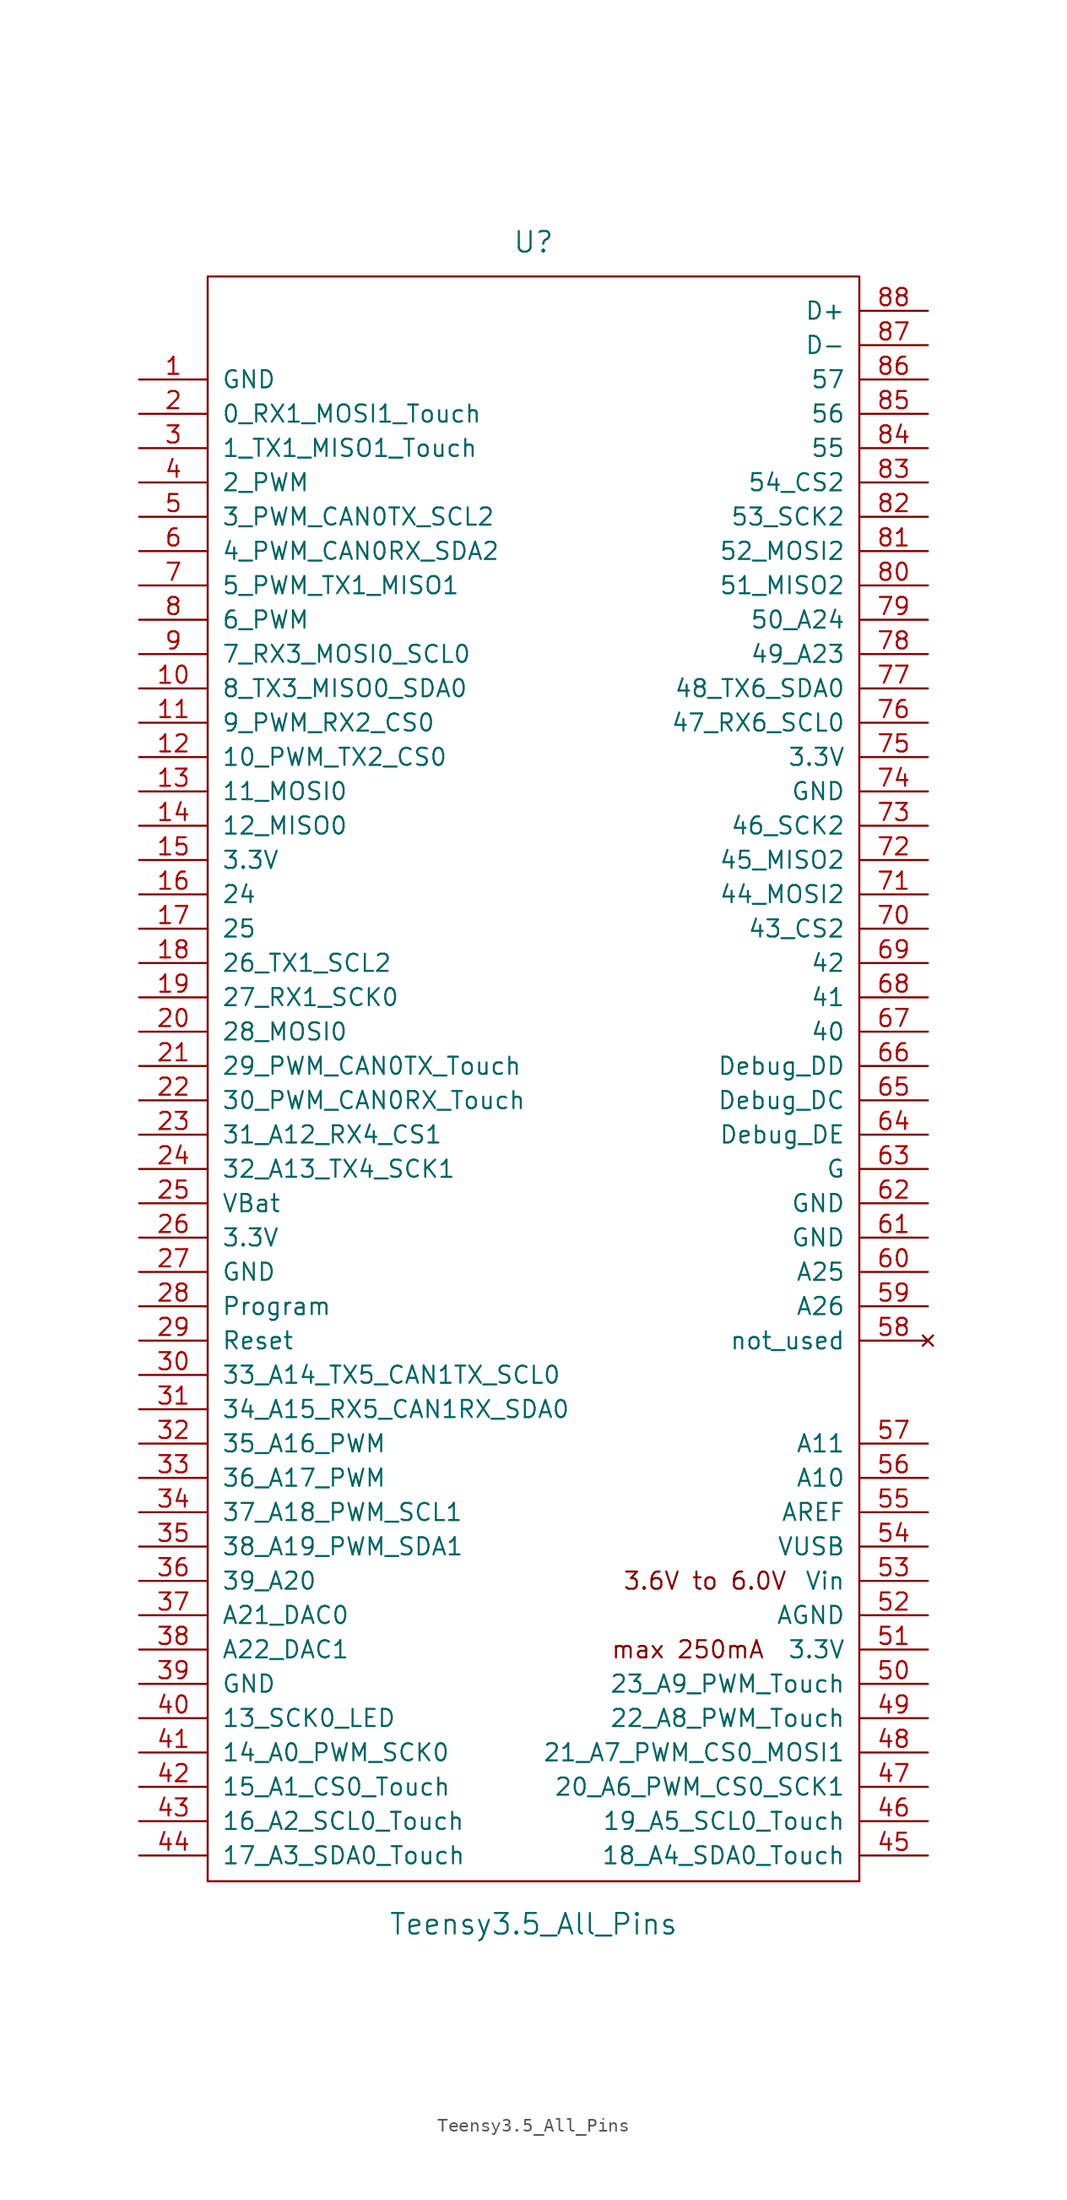
<source format=kicad_sym>
(kicad_symbol_lib
  (version 20201005)
  (generator kicad_symbol_editor)
  (symbol "teensy:Teensy3.5_All_Pins"
    (pin_names
      (offset 1.016))
    (property "Reference" "U"
      (at 0 64.77 0)
      (effects (font (size 1.524 1.524))))
    (property "Value" "Teensy3.5_All_Pins"
      (at 0 -59.69 0)
      (effects (font (size 1.524 1.524))))
    (property "Footprint" ""
      (at -2.54 62.23 0)
      (effects (font (size 1.524 1.524))))
    (symbol "Teensy3.5_All_Pins_0_0"
      (text "3.6V to 6.0V" (at 12.7 -34.29 0) (effects (font (size 1.27 1.27))))
      (text "max 250mA" (at 11.43 -39.37 0) (effects (font (size 1.27 1.27)))))
    (symbol "Teensy3.5_All_Pins_0_1"
      (rectangle (start -24.13 62.23) (end 24.13 -56.515) (stroke (width 0)) (fill (type none))))
    (symbol "Teensy3.5_All_Pins_1_1"
      (pin power_in line (at -29.21 54.61 0) (length 5.08) (name "GND" (effects (font (size 1.27 1.27)))) (number "1" (effects (font (size 1.27 1.27)))))
      (pin bidirectional line (at -29.21 31.75 0) (length 5.08) (name "8_TX3_MISO0_SDA0" (effects (font (size 1.27 1.27)))) (number "10" (effects (font (size 1.27 1.27)))))
      (pin bidirectional line (at -29.21 29.21 0) (length 5.08) (name "9_PWM_RX2_CS0" (effects (font (size 1.27 1.27)))) (number "11" (effects (font (size 1.27 1.27)))))
      (pin bidirectional line (at -29.21 26.67 0) (length 5.08) (name "10_PWM_TX2_CS0" (effects (font (size 1.27 1.27)))) (number "12" (effects (font (size 1.27 1.27)))))
      (pin bidirectional line (at -29.21 24.13 0) (length 5.08) (name "11_MOSI0" (effects (font (size 1.27 1.27)))) (number "13" (effects (font (size 1.27 1.27)))))
      (pin bidirectional line (at -29.21 21.59 0) (length 5.08) (name "12_MISO0" (effects (font (size 1.27 1.27)))) (number "14" (effects (font (size 1.27 1.27)))))
      (pin power_out line (at -29.21 19.05 0) (length 5.08) (name "3.3V" (effects (font (size 1.27 1.27)))) (number "15" (effects (font (size 1.27 1.27)))))
      (pin bidirectional line (at -29.21 16.51 0) (length 5.08) (name "24" (effects (font (size 1.27 1.27)))) (number "16" (effects (font (size 1.27 1.27)))))
      (pin bidirectional line (at -29.21 13.97 0) (length 5.08) (name "25" (effects (font (size 1.27 1.27)))) (number "17" (effects (font (size 1.27 1.27)))))
      (pin bidirectional line (at -29.21 11.43 0) (length 5.08) (name "26_TX1_SCL2" (effects (font (size 1.27 1.27)))) (number "18" (effects (font (size 1.27 1.27)))))
      (pin bidirectional line (at -29.21 8.89 0) (length 5.08) (name "27_RX1_SCK0" (effects (font (size 1.27 1.27)))) (number "19" (effects (font (size 1.27 1.27)))))
      (pin bidirectional line (at -29.21 52.07 0) (length 5.08) (name "0_RX1_MOSI1_Touch" (effects (font (size 1.27 1.27)))) (number "2" (effects (font (size 1.27 1.27)))))
      (pin bidirectional line (at -29.21 6.35 0) (length 5.08) (name "28_MOSI0" (effects (font (size 1.27 1.27)))) (number "20" (effects (font (size 1.27 1.27)))))
      (pin bidirectional line (at -29.21 3.81 0) (length 5.08) (name "29_PWM_CAN0TX_Touch" (effects (font (size 1.27 1.27)))) (number "21" (effects (font (size 1.27 1.27)))))
      (pin bidirectional line (at -29.21 1.27 0) (length 5.08) (name "30_PWM_CAN0RX_Touch" (effects (font (size 1.27 1.27)))) (number "22" (effects (font (size 1.27 1.27)))))
      (pin bidirectional line (at -29.21 -1.27 0) (length 5.08) (name "31_A12_RX4_CS1" (effects (font (size 1.27 1.27)))) (number "23" (effects (font (size 1.27 1.27)))))
      (pin bidirectional line (at -29.21 -3.81 0) (length 5.08) (name "32_A13_TX4_SCK1" (effects (font (size 1.27 1.27)))) (number "24" (effects (font (size 1.27 1.27)))))
      (pin power_in line (at -29.21 -6.35 0) (length 5.08) (name "VBat" (effects (font (size 1.27 1.27)))) (number "25" (effects (font (size 1.27 1.27)))))
      (pin power_in line (at -29.21 -8.89 0) (length 5.08) (name "3.3V" (effects (font (size 1.27 1.27)))) (number "26" (effects (font (size 1.27 1.27)))))
      (pin power_in line (at -29.21 -11.43 0) (length 5.08) (name "GND" (effects (font (size 1.27 1.27)))) (number "27" (effects (font (size 1.27 1.27)))))
      (pin input line (at -29.21 -13.97 0) (length 5.08) (name "Program" (effects (font (size 1.27 1.27)))) (number "28" (effects (font (size 1.27 1.27)))))
      (pin input line (at -29.21 -16.51 0) (length 5.08) (name "Reset" (effects (font (size 1.27 1.27)))) (number "29" (effects (font (size 1.27 1.27)))))
      (pin bidirectional line (at -29.21 49.53 0) (length 5.08) (name "1_TX1_MISO1_Touch" (effects (font (size 1.27 1.27)))) (number "3" (effects (font (size 1.27 1.27)))))
      (pin bidirectional line (at -29.21 -19.05 0) (length 5.08) (name "33_A14_TX5_CAN1TX_SCL0" (effects (font (size 1.27 1.27)))) (number "30" (effects (font (size 1.27 1.27)))))
      (pin bidirectional line (at -29.21 -21.59 0) (length 5.08) (name "34_A15_RX5_CAN1RX_SDA0" (effects (font (size 1.27 1.27)))) (number "31" (effects (font (size 1.27 1.27)))))
      (pin bidirectional line (at -29.21 -24.13 0) (length 5.08) (name "35_A16_PWM" (effects (font (size 1.27 1.27)))) (number "32" (effects (font (size 1.27 1.27)))))
      (pin bidirectional line (at -29.21 -26.67 0) (length 5.08) (name "36_A17_PWM" (effects (font (size 1.27 1.27)))) (number "33" (effects (font (size 1.27 1.27)))))
      (pin bidirectional line (at -29.21 -29.21 0) (length 5.08) (name "37_A18_PWM_SCL1" (effects (font (size 1.27 1.27)))) (number "34" (effects (font (size 1.27 1.27)))))
      (pin bidirectional line (at -29.21 -31.75 0) (length 5.08) (name "38_A19_PWM_SDA1" (effects (font (size 1.27 1.27)))) (number "35" (effects (font (size 1.27 1.27)))))
      (pin bidirectional line (at -29.21 -34.29 0) (length 5.08) (name "39_A20" (effects (font (size 1.27 1.27)))) (number "36" (effects (font (size 1.27 1.27)))))
      (pin bidirectional line (at -29.21 -36.83 0) (length 5.08) (name "A21_DAC0" (effects (font (size 1.27 1.27)))) (number "37" (effects (font (size 1.27 1.27)))))
      (pin bidirectional line (at -29.21 -39.37 0) (length 5.08) (name "A22_DAC1" (effects (font (size 1.27 1.27)))) (number "38" (effects (font (size 1.27 1.27)))))
      (pin power_in line (at -29.21 -41.91 0) (length 5.08) (name "GND" (effects (font (size 1.27 1.27)))) (number "39" (effects (font (size 1.27 1.27)))))
      (pin bidirectional line (at -29.21 46.99 0) (length 5.08) (name "2_PWM" (effects (font (size 1.27 1.27)))) (number "4" (effects (font (size 1.27 1.27)))))
      (pin bidirectional line (at -29.21 -44.45 0) (length 5.08) (name "13_SCK0_LED" (effects (font (size 1.27 1.27)))) (number "40" (effects (font (size 1.27 1.27)))))
      (pin bidirectional line (at -29.21 -46.99 0) (length 5.08) (name "14_A0_PWM_SCK0" (effects (font (size 1.27 1.27)))) (number "41" (effects (font (size 1.27 1.27)))))
      (pin bidirectional line (at -29.21 -49.53 0) (length 5.08) (name "15_A1_CS0_Touch" (effects (font (size 1.27 1.27)))) (number "42" (effects (font (size 1.27 1.27)))))
      (pin bidirectional line (at -29.21 -52.07 0) (length 5.08) (name "16_A2_SCL0_Touch" (effects (font (size 1.27 1.27)))) (number "43" (effects (font (size 1.27 1.27)))))
      (pin bidirectional line (at -29.21 -54.61 0) (length 5.08) (name "17_A3_SDA0_Touch" (effects (font (size 1.27 1.27)))) (number "44" (effects (font (size 1.27 1.27)))))
      (pin bidirectional line (at 29.21 -54.61 180) (length 5.08) (name "18_A4_SDA0_Touch" (effects (font (size 1.27 1.27)))) (number "45" (effects (font (size 1.27 1.27)))))
      (pin bidirectional line (at 29.21 -52.07 180) (length 5.08) (name "19_A5_SCL0_Touch" (effects (font (size 1.27 1.27)))) (number "46" (effects (font (size 1.27 1.27)))))
      (pin bidirectional line (at 29.21 -49.53 180) (length 5.08) (name "20_A6_PWM_CS0_SCK1" (effects (font (size 1.27 1.27)))) (number "47" (effects (font (size 1.27 1.27)))))
      (pin bidirectional line (at 29.21 -46.99 180) (length 5.08) (name "21_A7_PWM_CS0_MOSI1" (effects (font (size 1.27 1.27)))) (number "48" (effects (font (size 1.27 1.27)))))
      (pin bidirectional line (at 29.21 -44.45 180) (length 5.08) (name "22_A8_PWM_Touch" (effects (font (size 1.27 1.27)))) (number "49" (effects (font (size 1.27 1.27)))))
      (pin bidirectional line (at -29.21 44.45 0) (length 5.08) (name "3_PWM_CAN0TX_SCL2" (effects (font (size 1.27 1.27)))) (number "5" (effects (font (size 1.27 1.27)))))
      (pin bidirectional line (at 29.21 -41.91 180) (length 5.08) (name "23_A9_PWM_Touch" (effects (font (size 1.27 1.27)))) (number "50" (effects (font (size 1.27 1.27)))))
      (pin power_out line (at 29.21 -39.37 180) (length 5.08) (name "3.3V" (effects (font (size 1.27 1.27)))) (number "51" (effects (font (size 1.27 1.27)))))
      (pin power_out line (at 29.21 -36.83 180) (length 5.08) (name "AGND" (effects (font (size 1.27 1.27)))) (number "52" (effects (font (size 1.27 1.27)))))
      (pin power_in line (at 29.21 -34.29 180) (length 5.08) (name "Vin" (effects (font (size 1.27 1.27)))) (number "53" (effects (font (size 1.27 1.27)))))
      (pin power_in line (at 29.21 -31.75 180) (length 5.08) (name "VUSB" (effects (font (size 1.27 1.27)))) (number "54" (effects (font (size 1.27 1.27)))))
      (pin input line (at 29.21 -29.21 180) (length 5.08) (name "AREF" (effects (font (size 1.27 1.27)))) (number "55" (effects (font (size 1.27 1.27)))))
      (pin bidirectional line (at 29.21 -26.67 180) (length 5.08) (name "A10" (effects (font (size 1.27 1.27)))) (number "56" (effects (font (size 1.27 1.27)))))
      (pin bidirectional line (at 29.21 -24.13 180) (length 5.08) (name "A11" (effects (font (size 1.27 1.27)))) (number "57" (effects (font (size 1.27 1.27)))))
      (pin no_connect line (at 29.21 -16.51 180) (length 5.08) (name "not_used" (effects (font (size 1.27 1.27)))) (number "58" (effects (font (size 1.27 1.27)))))
      (pin bidirectional line (at 29.21 -13.97 180) (length 5.08) (name "A26" (effects (font (size 1.27 1.27)))) (number "59" (effects (font (size 1.27 1.27)))))
      (pin bidirectional line (at -29.21 41.91 0) (length 5.08) (name "4_PWM_CAN0RX_SDA2" (effects (font (size 1.27 1.27)))) (number "6" (effects (font (size 1.27 1.27)))))
      (pin bidirectional line (at 29.21 -11.43 180) (length 5.08) (name "A25" (effects (font (size 1.27 1.27)))) (number "60" (effects (font (size 1.27 1.27)))))
      (pin power_in line (at 29.21 -8.89 180) (length 5.08) (name "GND" (effects (font (size 1.27 1.27)))) (number "61" (effects (font (size 1.27 1.27)))))
      (pin power_in line (at 29.21 -6.35 180) (length 5.08) (name "GND" (effects (font (size 1.27 1.27)))) (number "62" (effects (font (size 1.27 1.27)))))
      (pin power_in line (at 29.21 -3.81 180) (length 5.08) (name "G" (effects (font (size 1.27 1.27)))) (number "63" (effects (font (size 1.27 1.27)))))
      (pin input line (at 29.21 -1.27 180) (length 5.08) (name "Debug_DE" (effects (font (size 1.27 1.27)))) (number "64" (effects (font (size 1.27 1.27)))))
      (pin input line (at 29.21 1.27 180) (length 5.08) (name "Debug_DC" (effects (font (size 1.27 1.27)))) (number "65" (effects (font (size 1.27 1.27)))))
      (pin input line (at 29.21 3.81 180) (length 5.08) (name "Debug_DD" (effects (font (size 1.27 1.27)))) (number "66" (effects (font (size 1.27 1.27)))))
      (pin bidirectional line (at 29.21 6.35 180) (length 5.08) (name "40" (effects (font (size 1.27 1.27)))) (number "67" (effects (font (size 1.27 1.27)))))
      (pin bidirectional line (at 29.21 8.89 180) (length 5.08) (name "41" (effects (font (size 1.27 1.27)))) (number "68" (effects (font (size 1.27 1.27)))))
      (pin bidirectional line (at 29.21 11.43 180) (length 5.08) (name "42" (effects (font (size 1.27 1.27)))) (number "69" (effects (font (size 1.27 1.27)))))
      (pin bidirectional line (at -29.21 39.37 0) (length 5.08) (name "5_PWM_TX1_MISO1" (effects (font (size 1.27 1.27)))) (number "7" (effects (font (size 1.27 1.27)))))
      (pin bidirectional line (at 29.21 13.97 180) (length 5.08) (name "43_CS2" (effects (font (size 1.27 1.27)))) (number "70" (effects (font (size 1.27 1.27)))))
      (pin bidirectional line (at 29.21 16.51 180) (length 5.08) (name "44_MOSI2" (effects (font (size 1.27 1.27)))) (number "71" (effects (font (size 1.27 1.27)))))
      (pin bidirectional line (at 29.21 19.05 180) (length 5.08) (name "45_MISO2" (effects (font (size 1.27 1.27)))) (number "72" (effects (font (size 1.27 1.27)))))
      (pin bidirectional line (at 29.21 21.59 180) (length 5.08) (name "46_SCK2" (effects (font (size 1.27 1.27)))) (number "73" (effects (font (size 1.27 1.27)))))
      (pin power_in line (at 29.21 24.13 180) (length 5.08) (name "GND" (effects (font (size 1.27 1.27)))) (number "74" (effects (font (size 1.27 1.27)))))
      (pin power_in line (at 29.21 26.67 180) (length 5.08) (name "3.3V" (effects (font (size 1.27 1.27)))) (number "75" (effects (font (size 1.27 1.27)))))
      (pin bidirectional line (at 29.21 29.21 180) (length 5.08) (name "47_RX6_SCL0" (effects (font (size 1.27 1.27)))) (number "76" (effects (font (size 1.27 1.27)))))
      (pin bidirectional line (at 29.21 31.75 180) (length 5.08) (name "48_TX6_SDA0" (effects (font (size 1.27 1.27)))) (number "77" (effects (font (size 1.27 1.27)))))
      (pin bidirectional line (at 29.21 34.29 180) (length 5.08) (name "49_A23" (effects (font (size 1.27 1.27)))) (number "78" (effects (font (size 1.27 1.27)))))
      (pin bidirectional line (at 29.21 36.83 180) (length 5.08) (name "50_A24" (effects (font (size 1.27 1.27)))) (number "79" (effects (font (size 1.27 1.27)))))
      (pin bidirectional line (at -29.21 36.83 0) (length 5.08) (name "6_PWM" (effects (font (size 1.27 1.27)))) (number "8" (effects (font (size 1.27 1.27)))))
      (pin bidirectional line (at 29.21 39.37 180) (length 5.08) (name "51_MISO2" (effects (font (size 1.27 1.27)))) (number "80" (effects (font (size 1.27 1.27)))))
      (pin bidirectional line (at 29.21 41.91 180) (length 5.08) (name "52_MOSI2" (effects (font (size 1.27 1.27)))) (number "81" (effects (font (size 1.27 1.27)))))
      (pin bidirectional line (at 29.21 44.45 180) (length 5.08) (name "53_SCK2" (effects (font (size 1.27 1.27)))) (number "82" (effects (font (size 1.27 1.27)))))
      (pin bidirectional line (at 29.21 46.99 180) (length 5.08) (name "54_CS2" (effects (font (size 1.27 1.27)))) (number "83" (effects (font (size 1.27 1.27)))))
      (pin bidirectional line (at 29.21 49.53 180) (length 5.08) (name "55" (effects (font (size 1.27 1.27)))) (number "84" (effects (font (size 1.27 1.27)))))
      (pin bidirectional line (at 29.21 52.07 180) (length 5.08) (name "56" (effects (font (size 1.27 1.27)))) (number "85" (effects (font (size 1.27 1.27)))))
      (pin bidirectional line (at 29.21 54.61 180) (length 5.08) (name "57" (effects (font (size 1.27 1.27)))) (number "86" (effects (font (size 1.27 1.27)))))
      (pin input line (at 29.21 57.15 180) (length 5.08) (name "D-" (effects (font (size 1.27 1.27)))) (number "87" (effects (font (size 1.27 1.27)))))
      (pin input line (at 29.21 59.69 180) (length 5.08) (name "D+" (effects (font (size 1.27 1.27)))) (number "88" (effects (font (size 1.27 1.27)))))
      (pin bidirectional line (at -29.21 34.29 0) (length 5.08) (name "7_RX3_MOSI0_SCL0" (effects (font (size 1.27 1.27)))) (number "9" (effects (font (size 1.27 1.27))))))))
</source>
